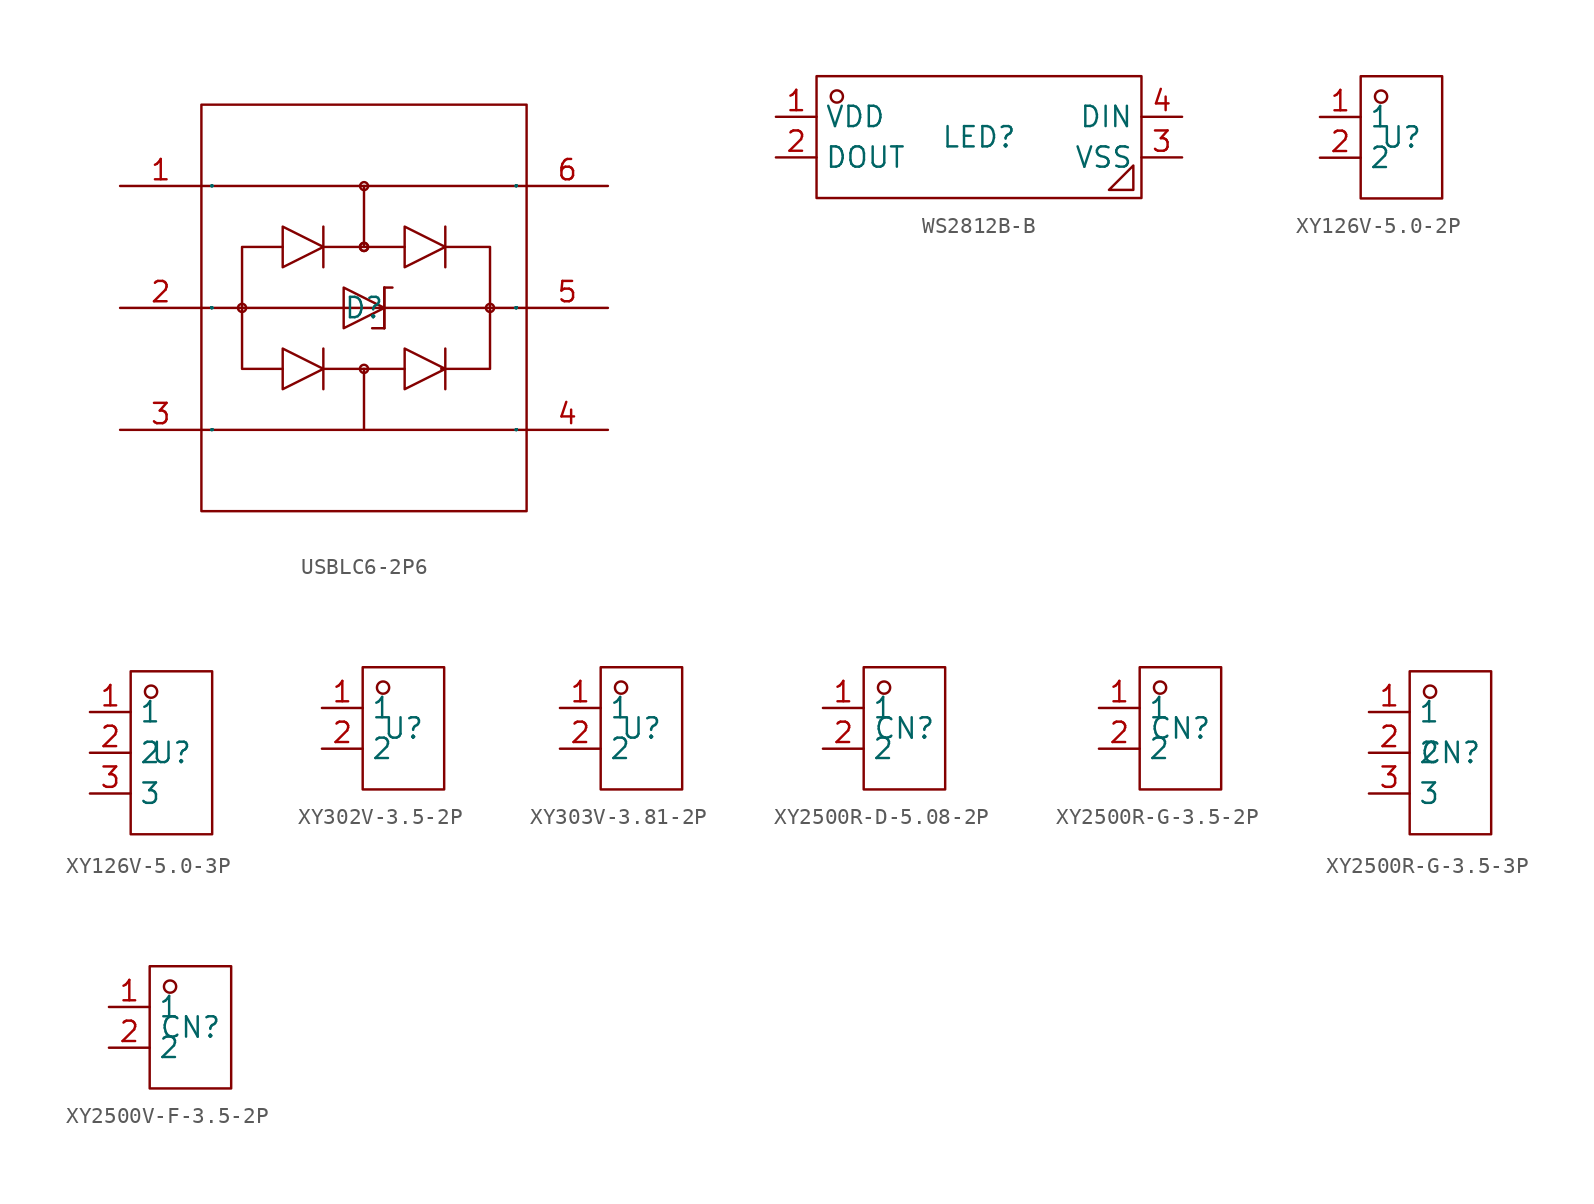
<source format=kicad_sym>
(kicad_symbol_lib
  (version 20231120)
  (generator "kicad_symbol_editor")
  (generator_version "8.0")
  (symbol "USBLC6-2P6"
    (property "Reference" "D"
      (at 0 0 0)
      (effects (font (size 1.27 1.27))))
    (property "Value" ""
      (at 0 0 0)
      (effects (font (size 1.27 1.27))))
    (symbol "USBLC6-2P6_1_0"
      (rectangle (start -10.16 -12.7) (end 10.16 12.7) (stroke (width 0) (type default)) (fill (type none)))
      (circle (center -7.62 0) (radius 0.254) (stroke (width 0) (type default)) (fill (type none)))
      (circle (center 0 -3.81) (radius 0.254) (stroke (width 0) (type default)) (fill (type none)))
      (polyline (pts (xy -10.16 -7.62) (xy 10.16 -7.62)) (stroke (width 0) (type default)) (fill (type none)))
      (polyline (pts (xy -10.16 0) (xy -7.62 0)) (stroke (width 0) (type default)) (fill (type none)))
      (polyline (pts (xy -10.16 7.62) (xy 10.16 7.62)) (stroke (width 0) (type default)) (fill (type none)))
      (polyline (pts (xy -7.62 0) (xy 7.874 0)) (stroke (width 0) (type default)) (fill (type none)))
      (polyline (pts (xy -2.54 -3.81) (xy -2.54 -5.08)) (stroke (width 0) (type default)) (fill (type none)))
      (polyline (pts (xy -2.54 -3.81) (xy 2.54 -3.81)) (stroke (width 0) (type default)) (fill (type none)))
      (polyline (pts (xy -2.54 -2.54) (xy -2.54 -3.81)) (stroke (width 0) (type default)) (fill (type none)))
      (polyline (pts (xy -2.54 3.81) (xy -2.54 2.54)) (stroke (width 0) (type default)) (fill (type none)))
      (polyline (pts (xy -2.54 3.81) (xy 2.54 3.81)) (stroke (width 0) (type default)) (fill (type none)))
      (polyline (pts (xy -2.54 5.08) (xy -2.54 3.81)) (stroke (width 0) (type default)) (fill (type none)))
      (polyline (pts (xy 0 -7.62) (xy 0 -3.81)) (stroke (width 0) (type default)) (fill (type none)))
      (polyline (pts (xy 0 7.62) (xy 0 3.81)) (stroke (width 0) (type default)) (fill (type none)))
      (polyline (pts (xy 1.27 -1.27) (xy 0.508 -1.27)) (stroke (width 0) (type default)) (fill (type none)))
      (polyline (pts (xy 1.27 0) (xy 1.27 -1.27)) (stroke (width 0) (type default)) (fill (type none)))
      (polyline (pts (xy 1.27 0) (xy 1.27 -1.27)) (stroke (width 0) (type default)) (fill (type none)))
      (polyline (pts (xy 1.27 1.27) (xy 1.27 0)) (stroke (width 0) (type default)) (fill (type none)))
      (polyline (pts (xy 1.27 1.27) (xy 1.27 0)) (stroke (width 0) (type default)) (fill (type none)))
      (polyline (pts (xy 1.778 1.27) (xy 1.27 1.27)) (stroke (width 0) (type default)) (fill (type none)))
      (polyline (pts (xy 5.08 -3.81) (xy 5.08 -5.08)) (stroke (width 0) (type default)) (fill (type none)))
      (polyline (pts (xy 5.08 -2.54) (xy 5.08 -3.81)) (stroke (width 0) (type default)) (fill (type none)))
      (polyline (pts (xy 5.08 3.81) (xy 5.08 2.54)) (stroke (width 0) (type default)) (fill (type none)))
      (polyline (pts (xy 5.08 5.08) (xy 5.08 3.81)) (stroke (width 0) (type default)) (fill (type none)))
      (polyline (pts (xy 7.874 0) (xy 10.16 0)) (stroke (width 0) (type default)) (fill (type none)))
      (polyline (pts (xy -5.08 -5.08) (xy -2.54 -3.81) (xy -2.54 -3.81) (xy -5.08 -2.54) (xy -5.08 -2.54) (xy -5.08 -5.08)) (stroke (width 0) (type default)) (fill (type none)))
      (polyline (pts (xy -5.08 2.54) (xy -2.54 3.81) (xy -2.54 3.81) (xy -5.08 5.08) (xy -5.08 5.08) (xy -5.08 2.54)) (stroke (width 0) (type default)) (fill (type none)))
      (polyline (pts (xy -5.08 3.81) (xy -7.62 3.81) (xy -7.62 3.81) (xy -7.62 -3.81) (xy -7.62 -3.81) (xy -5.08 -3.81)) (stroke (width 0) (type default)) (fill (type none)))
      (polyline (pts (xy -1.27 -1.27) (xy 1.27 0) (xy 1.27 0) (xy -1.27 1.27) (xy -1.27 1.27) (xy -1.27 -1.27)) (stroke (width 0) (type default)) (fill (type none)))
      (polyline (pts (xy 2.54 -5.08) (xy 5.08 -3.81) (xy 5.08 -3.81) (xy 2.54 -2.54) (xy 2.54 -2.54) (xy 2.54 -5.08)) (stroke (width 0) (type default)) (fill (type none)))
      (polyline (pts (xy 2.54 2.54) (xy 5.08 3.81) (xy 5.08 3.81) (xy 2.54 5.08) (xy 2.54 5.08) (xy 2.54 2.54)) (stroke (width 0) (type default)) (fill (type none)))
      (polyline (pts (xy 4.826 -3.81) (xy 7.874 -3.81) (xy 7.874 -3.81) (xy 7.874 3.81) (xy 7.874 3.81) (xy 5.08 3.81)) (stroke (width 0) (type default)) (fill (type none)))
      (circle (center 0 3.81) (radius 0.254) (stroke (width 0) (type default)) (fill (type none)))
      (circle (center 0 3.81) (radius 0.254) (stroke (width 0) (type default)) (fill (type none)))
      (arc (start 0.254 -7.62) (mid -0.254 -7.62) (end 0.254 -7.62) (stroke (width 0) (type default)) (fill (type none)))
      (arc (start 0.254 7.62) (mid -0.2543 7.6073) (end 0.254 7.5946) (stroke (width 0) (type default)) (fill (type none)))
      (circle (center 7.874 0) (radius 0.254) (stroke (width 0) (type default)) (fill (type none)))
      (pin input line (at -15.24 7.62 0) (length 5.08) (name "I/O1" (effects (font (size 0.025 0.025)))) (number "1" (effects (font (size 1.27 1.27)))))
      (pin input line (at -15.24 0 0) (length 5.08) (name "GND" (effects (font (size 0.025 0.025)))) (number "2" (effects (font (size 1.27 1.27)))))
      (pin input line (at -15.24 -7.62 0) (length 5.08) (name "I/O2" (effects (font (size 0.025 0.025)))) (number "3" (effects (font (size 1.27 1.27)))))
      (pin input line (at 15.24 -7.62 180) (length 5.08) (name "I/O2" (effects (font (size 0.025 0.025)))) (number "4" (effects (font (size 1.27 1.27)))))
      (pin input line (at 15.24 0 180) (length 5.08) (name "VBUS" (effects (font (size 0.025 0.025)))) (number "5" (effects (font (size 1.27 1.27)))))
      (pin input line (at 15.24 7.62 180) (length 5.08) (name "I/O1" (effects (font (size 0.025 0.025)))) (number "6" (effects (font (size 1.27 1.27)))))))
  (symbol "WS2812B-B"
    (property "Reference" "LED"
      (at 0 0 0)
      (effects (font (size 1.27 1.27))))
    (property "Value" ""
      (at 0 0 0)
      (effects (font (size 1.27 1.27))))
    (symbol "WS2812B-B_1_0"
      (rectangle (start -10.16 -3.81) (end 10.16 3.81) (stroke (width 0) (type default)) (fill (type none)))
      (circle (center -8.89 2.54) (radius 0.381) (stroke (width 0) (type default)) (fill (type none)))
      (polyline (pts (xy 9.652 -1.778) (xy 9.652 -3.302) (xy 9.652 -3.302) (xy 8.128 -3.302) (xy 8.128 -3.302) (xy 9.652 -1.778)) (stroke (width 0) (type default)) (fill (type none)))
      (pin input line (at -12.7 1.27 0) (length 2.54) (name "VDD" (effects (font (size 1.27 1.27)))) (number "1" (effects (font (size 1.27 1.27)))))
      (pin input line (at -12.7 -1.27 0) (length 2.54) (name "DOUT" (effects (font (size 1.27 1.27)))) (number "2" (effects (font (size 1.27 1.27)))))
      (pin input line (at 12.7 -1.27 180) (length 2.54) (name "VSS" (effects (font (size 1.27 1.27)))) (number "3" (effects (font (size 1.27 1.27)))))
      (pin input line (at 12.7 1.27 180) (length 2.54) (name "DIN" (effects (font (size 1.27 1.27)))) (number "4" (effects (font (size 1.27 1.27)))))))
  (symbol "XY126V-5.0-2P"
    (property "Reference" "U"
      (at 0 0 0)
      (effects (font (size 1.27 1.27))))
    (property "Value" ""
      (at 0 0 0)
      (effects (font (size 1.27 1.27))))
    (symbol "XY126V-5.0-2P_1_0"
      (rectangle (start -2.54 -3.81) (end 2.54 3.81) (stroke (width 0) (type default)) (fill (type none)))
      (circle (center -1.27 2.54) (radius 0.381) (stroke (width 0) (type default)) (fill (type none)))
      (pin input line (at -5.08 1.27 0) (length 2.54) (name "1" (effects (font (size 1.27 1.27)))) (number "1" (effects (font (size 1.27 1.27)))))
      (pin input line (at -5.08 -1.27 0) (length 2.54) (name "2" (effects (font (size 1.27 1.27)))) (number "2" (effects (font (size 1.27 1.27)))))))
  (symbol "XY126V-5.0-3P"
    (property "Reference" "U"
      (at 0 0 0)
      (effects (font (size 1.27 1.27))))
    (property "Value" ""
      (at 0 0 0)
      (effects (font (size 1.27 1.27))))
    (symbol "XY126V-5.0-3P_1_0"
      (rectangle (start -2.54 -5.08) (end 2.54 5.08) (stroke (width 0) (type default)) (fill (type none)))
      (circle (center -1.27 3.81) (radius 0.381) (stroke (width 0) (type default)) (fill (type none)))
      (pin input line (at -5.08 2.54 0) (length 2.54) (name "1" (effects (font (size 1.27 1.27)))) (number "1" (effects (font (size 1.27 1.27)))))
      (pin input line (at -5.08 0 0) (length 2.54) (name "2" (effects (font (size 1.27 1.27)))) (number "2" (effects (font (size 1.27 1.27)))))
      (pin input line (at -5.08 -2.54 0) (length 2.54) (name "3" (effects (font (size 1.27 1.27)))) (number "3" (effects (font (size 1.27 1.27)))))))
  (symbol "XY302V-3.5-2P"
    (property "Reference" "U"
      (at 0 0 0)
      (effects (font (size 1.27 1.27))))
    (property "Value" ""
      (at 0 0 0)
      (effects (font (size 1.27 1.27))))
    (symbol "XY302V-3.5-2P_1_0"
      (rectangle (start -2.54 -3.81) (end 2.54 3.81) (stroke (width 0) (type default)) (fill (type none)))
      (circle (center -1.27 2.54) (radius 0.381) (stroke (width 0) (type default)) (fill (type none)))
      (pin input line (at -5.08 1.27 0) (length 2.54) (name "1" (effects (font (size 1.27 1.27)))) (number "1" (effects (font (size 1.27 1.27)))))
      (pin input line (at -5.08 -1.27 0) (length 2.54) (name "2" (effects (font (size 1.27 1.27)))) (number "2" (effects (font (size 1.27 1.27)))))))
  (symbol "XY303V-3.81-2P"
    (property "Reference" "U"
      (at 0 0 0)
      (effects (font (size 1.27 1.27))))
    (property "Value" ""
      (at 0 0 0)
      (effects (font (size 1.27 1.27))))
    (symbol "XY303V-3.81-2P_1_0"
      (rectangle (start -2.54 -3.81) (end 2.54 3.81) (stroke (width 0) (type default)) (fill (type none)))
      (circle (center -1.27 2.54) (radius 0.381) (stroke (width 0) (type default)) (fill (type none)))
      (pin input line (at -5.08 1.27 0) (length 2.54) (name "1" (effects (font (size 1.27 1.27)))) (number "1" (effects (font (size 1.27 1.27)))))
      (pin input line (at -5.08 -1.27 0) (length 2.54) (name "2" (effects (font (size 1.27 1.27)))) (number "2" (effects (font (size 1.27 1.27)))))))
  (symbol "XY2500R-D-5.08-2P"
    (property "Reference" "CN"
      (at 0 0 0)
      (effects (font (size 1.27 1.27))))
    (property "Value" ""
      (at 0 0 0)
      (effects (font (size 1.27 1.27))))
    (symbol "XY2500R-D-5.08-2P_1_0"
      (rectangle (start -2.54 -3.81) (end 2.54 3.81) (stroke (width 0) (type default)) (fill (type none)))
      (circle (center -1.27 2.54) (radius 0.381) (stroke (width 0) (type default)) (fill (type none)))
      (pin unspecified line (at -5.08 1.27 0) (length 2.54) (name "1" (effects (font (size 1.27 1.27)))) (number "1" (effects (font (size 1.27 1.27)))))
      (pin unspecified line (at -5.08 -1.27 0) (length 2.54) (name "2" (effects (font (size 1.27 1.27)))) (number "2" (effects (font (size 1.27 1.27)))))))
  (symbol "XY2500R-G-3.5-2P"
    (property "Reference" "CN"
      (at 0 0 0)
      (effects (font (size 1.27 1.27))))
    (property "Value" ""
      (at 0 0 0)
      (effects (font (size 1.27 1.27))))
    (symbol "XY2500R-G-3.5-2P_1_0"
      (rectangle (start -2.54 -3.81) (end 2.54 3.81) (stroke (width 0) (type default)) (fill (type none)))
      (circle (center -1.27 2.54) (radius 0.381) (stroke (width 0) (type default)) (fill (type none)))
      (pin unspecified line (at -5.08 1.27 0) (length 2.54) (name "1" (effects (font (size 1.27 1.27)))) (number "1" (effects (font (size 1.27 1.27)))))
      (pin unspecified line (at -5.08 -1.27 0) (length 2.54) (name "2" (effects (font (size 1.27 1.27)))) (number "2" (effects (font (size 1.27 1.27)))))))
  (symbol "XY2500R-G-3.5-3P"
    (property "Reference" "CN"
      (at 0 0 0)
      (effects (font (size 1.27 1.27))))
    (property "Value" ""
      (at 0 0 0)
      (effects (font (size 1.27 1.27))))
    (symbol "XY2500R-G-3.5-3P_1_0"
      (rectangle (start -2.54 -5.08) (end 2.54 5.08) (stroke (width 0) (type default)) (fill (type none)))
      (circle (center -1.27 3.81) (radius 0.381) (stroke (width 0) (type default)) (fill (type none)))
      (pin unspecified line (at -5.08 2.54 0) (length 2.54) (name "1" (effects (font (size 1.27 1.27)))) (number "1" (effects (font (size 1.27 1.27)))))
      (pin unspecified line (at -5.08 0 0) (length 2.54) (name "2" (effects (font (size 1.27 1.27)))) (number "2" (effects (font (size 1.27 1.27)))))
      (pin unspecified line (at -5.08 -2.54 0) (length 2.54) (name "3" (effects (font (size 1.27 1.27)))) (number "3" (effects (font (size 1.27 1.27)))))))
  (symbol "XY2500V-F-3.5-2P"
    (property "Reference" "CN"
      (at 0 0 0)
      (effects (font (size 1.27 1.27))))
    (property "Value" ""
      (at 0 0 0)
      (effects (font (size 1.27 1.27))))
    (symbol "XY2500V-F-3.5-2P_1_0"
      (rectangle (start -2.54 -3.81) (end 2.54 3.81) (stroke (width 0) (type default)) (fill (type none)))
      (circle (center -1.27 2.54) (radius 0.381) (stroke (width 0) (type default)) (fill (type none)))
      (pin unspecified line (at -5.08 1.27 0) (length 2.54) (name "1" (effects (font (size 1.27 1.27)))) (number "1" (effects (font (size 1.27 1.27)))))
      (pin unspecified line (at -5.08 -1.27 0) (length 2.54) (name "2" (effects (font (size 1.27 1.27)))) (number "2" (effects (font (size 1.27 1.27))))))))
</source>
